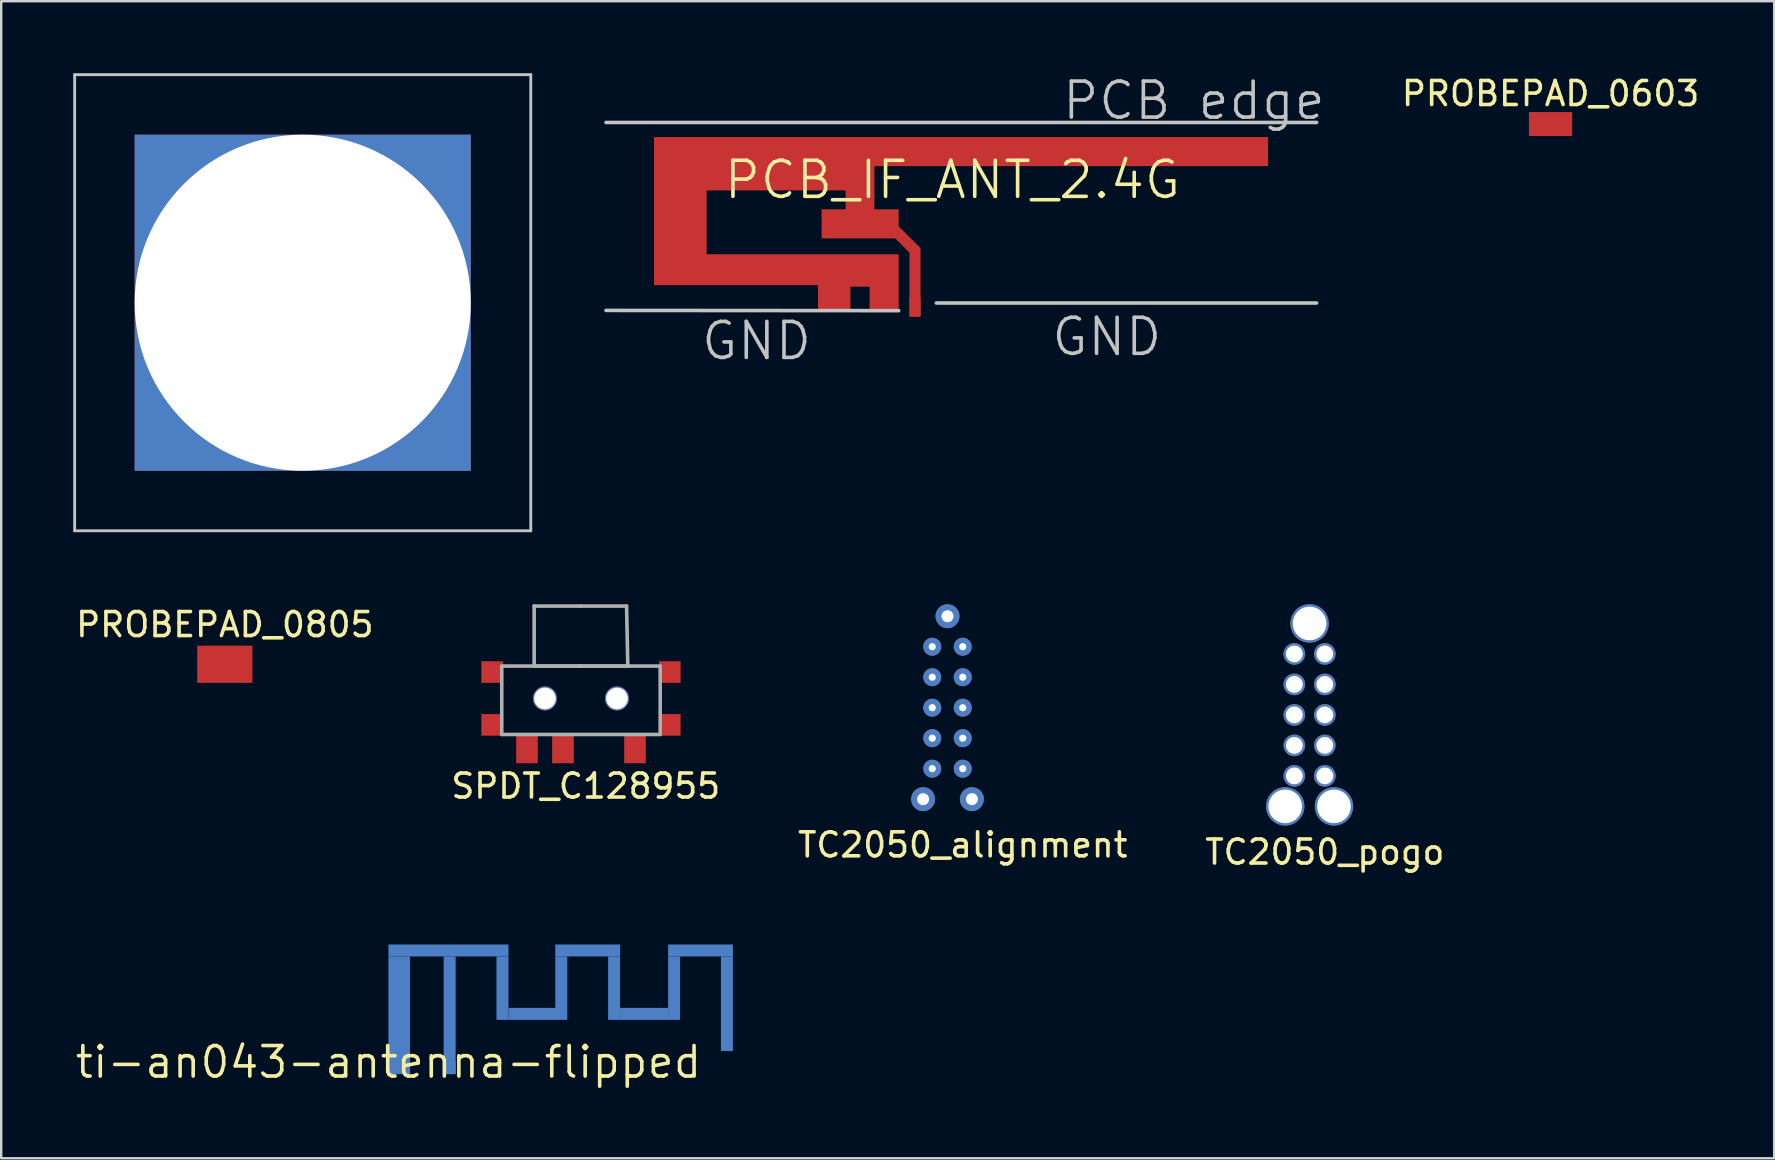
<source format=kicad_pcb>
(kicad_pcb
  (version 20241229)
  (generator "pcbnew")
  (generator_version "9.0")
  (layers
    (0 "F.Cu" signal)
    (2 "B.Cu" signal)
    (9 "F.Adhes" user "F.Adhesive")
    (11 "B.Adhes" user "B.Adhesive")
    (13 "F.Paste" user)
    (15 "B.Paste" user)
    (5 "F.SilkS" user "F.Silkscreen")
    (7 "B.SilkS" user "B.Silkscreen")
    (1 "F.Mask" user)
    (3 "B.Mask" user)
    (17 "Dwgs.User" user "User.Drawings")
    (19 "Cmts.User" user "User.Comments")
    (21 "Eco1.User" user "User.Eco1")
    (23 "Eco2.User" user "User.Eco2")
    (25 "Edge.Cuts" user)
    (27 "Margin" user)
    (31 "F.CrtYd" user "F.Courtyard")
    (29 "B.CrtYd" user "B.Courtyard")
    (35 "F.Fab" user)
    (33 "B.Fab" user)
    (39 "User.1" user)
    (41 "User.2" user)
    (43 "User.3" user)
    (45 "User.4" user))
  (footprint "TC2050_pogo"
    (layer "F.Cu")
    (at 51.502 26.73)
    (property "Reference" "TC2050_pogo" (at 0.635 5.715 0) (layer "F.SilkS") (effects (font (size 1 1) (thickness 0.15))))
    (attr through_hole)
    (pad "" thru_hole circle (at -1.016 3.81) (size 1.6 1.6) (drill 1.4) (layers "*.Cu" "*.Mask"))
    (pad "" thru_hole circle (at 0 -3.81) (size 1.6 1.6) (drill 1.4) (layers "*.Cu" "*.Mask"))
    (pad "" thru_hole circle (at 1.016 3.81) (size 1.6 1.6) (drill 1.4) (layers "*.Cu" "*.Mask"))
    (pad "1" thru_hole circle (at -0.635 -2.54) (size 0.9 0.9) (drill 0.7) (layers "*.Cu" "*.Mask"))
    (pad "2" thru_hole circle (at -0.635 -1.27) (size 0.9 0.9) (drill 0.7) (layers "*.Cu" "*.Mask"))
    (pad "3" thru_hole circle (at -0.635 0) (size 0.9 0.9) (drill 0.7) (layers "*.Cu" "*.Mask"))
    (pad "4" thru_hole circle (at -0.635 1.27) (size 0.9 0.9) (drill 0.7) (layers "*.Cu" "*.Mask"))
    (pad "5" thru_hole circle (at -0.635 2.54) (size 0.9 0.9) (drill 0.7) (layers "*.Cu" "*.Mask"))
    (pad "6" thru_hole circle (at 0.635 2.54) (size 0.9 0.9) (drill 0.7) (layers "*.Cu" "*.Mask"))
    (pad "7" thru_hole circle (at 0.635 1.27) (size 0.9 0.9) (drill 0.7) (layers "*.Cu" "*.Mask"))
    (pad "8" thru_hole circle (at 0.635 0) (size 0.9 0.9) (drill 0.7) (layers "*.Cu" "*.Mask"))
    (pad "9" thru_hole circle (at 0.635 -1.27) (size 0.9 0.9) (drill 0.7) (layers "*.Cu" "*.Mask"))
    (pad "10" thru_hole circle (at 0.635 -2.54) (size 0.9 0.9) (drill 0.7) (layers "*.Cu" "*.Mask")))
  (footprint "PCB_IF_ANT_2.4G"
    (layer "F.Cu")
    (at 24.195 2.661)
    (property "Reference" "PCB_IF_ANT_2.4G" (at 12.43 1.78 0) (layer "F.SilkS") (effects (font (size 1.5 1.5) (thickness 0.15))))
    (attr exclude_from_pos_files exclude_from_bom)
    (fp_poly (pts (xy 10.64 4.82) (xy 10.64 7.48) (xy 11.1 7.48) (xy 11.1 4.62) (xy 10.19 3.72) (xy 10.19 3.01) (xy 9.18 3.01) (xy 9.18 1.21) (xy 25.58 1.21) (xy 25.58 0) (xy 0 0) (xy 0 6.17) (xy 6.83 6.17) (xy 6.83 7.22) (xy 8.18 7.22) (xy 8.18 6.23) (xy 8.98 6.23) (xy 8.98 7.22) (xy 10.19 7.22) (xy 10.19 4.88) (xy 2.19 4.88) (xy 2.19 2.22) (xy 7.98 2.22) (xy 7.98 3.01) (xy 6.98 3.01) (xy 6.98 4.22) (xy 10.05 4.22) (xy 10.64 4.82)) (stroke (width 0.001) (type solid)) (fill yes) (layer "F.Cu"))
    (fp_line (start -2 -0.61) (end 27.6 -0.61) (stroke (width 0.15) (type solid)) (layer "Dwgs.User"))
    (fp_line (start -2 7.22) (end 10.19 7.23) (stroke (width 0.15) (type solid)) (layer "Dwgs.User"))
    (fp_line (start 27.6 6.91) (end 11.76 6.91) (stroke (width 0.15) (type solid)) (layer "Dwgs.User"))
    (fp_text user "GND" (at 4.27 8.49 0) (layer "Dwgs.User") (effects (font (size 1.5 1.5) (thickness 0.15))))
    (fp_text user "GND" (at 18.86 8.32 0) (layer "Dwgs.User") (effects (font (size 1.5 1.5) (thickness 0.15))))
    (fp_text user "PCB edge" (at 22.49 -1.52 0) (layer "Dwgs.User") (effects (font (size 1.5 1.5) (thickness 0.15))))
    (pad "1" connect rect (at 10.87 7.08) (size 0.46 0.8) (layers "F.Cu"))
    (pad "2" connect rect (at 24.92 0.5 90) (size 0.46 0.8) (layers "F.Cu")))
  (footprint "PROBEPAD_0603"
    (layer "F.Cu")
    (at 61.54 2.118)
    (property "Reference" "PROBEPAD_0603" (at 0 -1.27 0) (layer "F.SilkS") (effects (font (size 1 1) (thickness 0.15))))
    (attr through_hole)
    (pad "1" smd rect (at 0 0 90) (size 1 1.8) (layers "F.Cu" "F.Mask" "F.Paste")))
  (footprint "SPDT_C128955"
    (layer "F.Cu")
    (at 21.151 26.045)
    (property "Reference" "SPDT_C128955" (at 0.2 3.65 0) (layer "F.SilkS") (effects (font (size 1 1) (thickness 0.15))))
    (attr through_hole)
    (fp_line (start -3.3 -1.35) (end -3.3 1.5) (stroke (width 0.15) (type solid)) (layer "F.Fab"))
    (fp_line (start -3.3 1.5) (end 3.3 1.5) (stroke (width 0.15) (type solid)) (layer "F.Fab"))
    (fp_line (start -1.95 -3.85) (end 0 -3.85) (stroke (width 0.15) (type solid)) (layer "F.Fab"))
    (fp_line (start -1.95 -1.35) (end -1.95 -3.85) (stroke (width 0.15) (type solid)) (layer "F.Fab"))
    (fp_line (start 0 -3.85) (end 1.9 -3.85) (stroke (width 0.15) (type solid)) (layer "F.Fab"))
    (fp_line (start 0 -1.35) (end -3.3 -1.35) (stroke (width 0.15) (type solid)) (layer "F.Fab"))
    (fp_line (start 0 -1.35) (end 3.3 -1.35) (stroke (width 0.15) (type solid)) (layer "F.Fab"))
    (fp_line (start 1.9 -3.85) (end 1.95 -1.35) (stroke (width 0.15) (type solid)) (layer "F.Fab"))
    (fp_line (start 1.95 -1.35) (end -1.95 -1.35) (stroke (width 0.15) (type solid)) (layer "F.Fab"))
    (fp_line (start 3.3 1.5) (end 3.3 -1.35) (stroke (width 0.15) (type solid)) (layer "F.Fab"))
    (pad "" np_thru_hole circle (at -1.5 0) (size 1 1) (drill 0.9) (layers "*.Cu" "*.Mask"))
    (pad "" np_thru_hole circle (at 1.5 0) (size 1 1) (drill 0.9) (layers "*.Cu" "*.Mask"))
    (pad "0" smd rect (at -3.7 -1.1) (size 0.9 0.9) (layers "F.Cu" "F.Mask" "F.Paste"))
    (pad "0" smd rect (at -3.7 1.1) (size 0.9 0.9) (layers "F.Cu" "F.Mask" "F.Paste"))
    (pad "0" smd rect (at 3.7 -1.1) (size 0.9 0.9) (layers "F.Cu" "F.Mask" "F.Paste"))
    (pad "0" smd rect (at 3.7 1.1) (size 0.9 0.9) (layers "F.Cu" "F.Mask" "F.Paste"))
    (pad "1" smd rect (at 2.25 2.075) (size 0.9 1.25) (layers "F.Cu" "F.Mask" "F.Paste"))
    (pad "2" smd rect (at -0.75 2.075) (size 0.9 1.25) (layers "F.Cu" "F.Mask" "F.Paste"))
    (pad "3" smd rect (at -2.25 2.075) (size 0.9 1.25) (layers "F.Cu" "F.Mask" "F.Paste")))
  (footprint "TC2050_alignment"
    (layer "F.Cu")
    (at 36.419 26.43)
    (property "Reference" "TC2050_alignment" (at 0.635 5.715 0) (layer "F.SilkS") (effects (font (size 1 1) (thickness 0.15))))
    (attr through_hole)
    (pad "" thru_hole circle (at -1.016 3.81) (size 1 1) (drill 0.5) (layers "*.Cu" "*.Mask"))
    (pad "" thru_hole circle (at 0 -3.81) (size 1 1) (drill 0.5) (layers "*.Cu" "*.Mask"))
    (pad "" thru_hole circle (at 1.016 3.81) (size 1 1) (drill 0.5) (layers "*.Cu" "*.Mask"))
    (pad "1" thru_hole circle (at -0.635 -2.54) (size 0.75 0.75) (drill 0.3) (layers "*.Cu" "*.Mask"))
    (pad "2" thru_hole circle (at -0.635 -1.27) (size 0.75 0.75) (drill 0.3) (layers "*.Cu" "*.Mask"))
    (pad "3" thru_hole circle (at -0.635 0) (size 0.75 0.75) (drill 0.3) (layers "*.Cu" "*.Mask"))
    (pad "4" thru_hole circle (at -0.635 1.27) (size 0.75 0.75) (drill 0.3) (layers "*.Cu" "*.Mask"))
    (pad "5" thru_hole circle (at -0.635 2.54) (size 0.75 0.75) (drill 0.3) (layers "*.Cu" "*.Mask"))
    (pad "6" thru_hole circle (at 0.635 2.54) (size 0.75 0.75) (drill 0.3) (layers "*.Cu" "*.Mask"))
    (pad "7" thru_hole circle (at 0.635 1.27) (size 0.75 0.75) (drill 0.3) (layers "*.Cu" "*.Mask"))
    (pad "8" thru_hole circle (at 0.635 0) (size 0.75 0.75) (drill 0.3) (layers "*.Cu" "*.Mask"))
    (pad "9" thru_hole circle (at 0.635 -1.27) (size 0.75 0.75) (drill 0.3) (layers "*.Cu" "*.Mask"))
    (pad "10" thru_hole circle (at 0.635 -2.54) (size 0.75 0.75) (drill 0.3) (layers "*.Cu" "*.Mask")))
  (footprint "ti-an043-antenna-flipped"
    (layer "F.Cu")
    (at 13.131 41.193)
    (property "Reference" "ti-an043-antenna-flipped" (at 0 0 0) (layer "F.SilkS") (effects (font (size 1.27 1.27) (thickness 0.15))))
    (attr through_hole)
    (fp_poly (pts (xy 0 -4.9) (xy 0 -4.4) (xy 5 -4.4) (xy 5 -4.9) (xy 0 -4.9)) (stroke (width 0) (type solid)) (fill yes) (layer "B.Cu"))
    (fp_poly (pts (xy 0 -4.4) (xy 0 0.5) (xy 0.9 0.5) (xy 0.9 -4.4) (xy 0 -4.4)) (stroke (width 0) (type solid)) (fill yes) (layer "B.Cu"))
    (fp_poly (pts (xy 2.3 -4.4) (xy 2.3 0.5) (xy 2.8 0.5) (xy 2.8 -4.4) (xy 2.3 -4.4)) (stroke (width 0) (type solid)) (fill yes) (layer "B.Cu"))
    (fp_poly (pts (xy 4.5 -4.4) (xy 4.5 -1.76) (xy 5 -1.76) (xy 5 -4.4) (xy 4.5 -4.4)) (stroke (width 0) (type solid)) (fill yes) (layer "B.Cu"))
    (fp_poly (pts (xy 5 -2.26) (xy 5 -1.76) (xy 7 -1.76) (xy 7 -2.26) (xy 5 -2.26)) (stroke (width 0) (type solid)) (fill yes) (layer "B.Cu"))
    (fp_poly (pts (xy 6.95 -4.9) (xy 6.95 -4.4) (xy 9.65 -4.4) (xy 9.65 -4.9) (xy 6.95 -4.9)) (stroke (width 0) (type solid)) (fill yes) (layer "B.Cu"))
    (fp_poly (pts (xy 6.95 -4.4) (xy 6.95 -1.76) (xy 7.45 -1.76) (xy 7.45 -4.4) (xy 6.95 -4.4)) (stroke (width 0) (type solid)) (fill yes) (layer "B.Cu"))
    (fp_poly (pts (xy 9.15 -4.4) (xy 9.15 -1.76) (xy 9.65 -1.76) (xy 9.65 -4.4) (xy 9.15 -4.4)) (stroke (width 0) (type solid)) (fill yes) (layer "B.Cu"))
    (fp_poly (pts (xy 9.65 -2.26) (xy 9.65 -1.76) (xy 11.65 -1.76) (xy 11.65 -2.26) (xy 9.65 -2.26)) (stroke (width 0) (type solid)) (fill yes) (layer "B.Cu"))
    (fp_poly (pts (xy 11.65 -4.9) (xy 11.65 -4.4) (xy 14.35 -4.4) (xy 14.35 -4.9) (xy 11.65 -4.9)) (stroke (width 0) (type solid)) (fill yes) (layer "B.Cu"))
    (fp_poly (pts (xy 11.65 -4.4) (xy 11.65 -1.76) (xy 12.15 -1.76) (xy 12.15 -4.4) (xy 11.65 -4.4)) (stroke (width 0) (type solid)) (fill yes) (layer "B.Cu"))
    (fp_poly (pts (xy 13.85 -4.4) (xy 13.85 -0.46) (xy 14.35 -0.46) (xy 14.35 -4.4) (xy 13.85 -4.4)) (stroke (width 0) (type solid)) (fill yes) (layer "B.Cu"))
    (pad "1" smd rect (at 2.55 0.25) (size 0.5 0.5) (layers "B.Cu" "B.Mask" "B.Paste"))
    (pad "2" smd rect (at 0.45 0.25) (size 0.9 0.5) (layers "B.Cu" "B.Mask" "B.Paste")))
  (footprint "PROBEPAD_0805"
    (layer "F.Cu")
    (at 6.188 25.953)
    (property "Reference" "PROBEPAD_0805" (at 0.127 -2.985 0) (layer "F.SilkS") (effects (font (size 1 1) (thickness 0.15))))
    (attr through_hole)
    (pad "1" smd rect (at 0.127 -1.333) (size 2.3 1.55) (layers "F.Cu" "F.Mask" "F.Paste")))
  (footprint "MX_Switch_Cutout"
    (layer "F.Cu")
    (at 9.56 9.56)
    (property "Reference" "MX_Switch_Cutout" (at 0 0.5 0) (layer "F.SilkS") (effects (font (size 1 1) (thickness 0.15))))
    (attr through_hole)
    (fp_line (start -9.5 -9.5) (end -9.5 9.5) (stroke (width 0.12) (type solid)) (layer "Dwgs.User"))
    (fp_line (start -9.5 9.5) (end 9.5 9.5) (stroke (width 0.12) (type solid)) (layer "Dwgs.User"))
    (fp_line (start 9.5 -9.5) (end -9.5 -9.5) (stroke (width 0.12) (type solid)) (layer "Dwgs.User"))
    (fp_line (start 9.5 9.5) (end 9.5 -9.5) (stroke (width 0.12) (type solid)) (layer "Dwgs.User"))
    (pad "" np_thru_hole rect (at 0 0) (size 14 14) (drill oval 14) (layers "*.Cu" "*.Mask")))
  (gr_rect
    (start -3 -3)
    (end 70.855 45.199)
    (stroke (width 0.1) (type default))
    (fill no)
    (layer "Edge.Cuts")))
</source>
